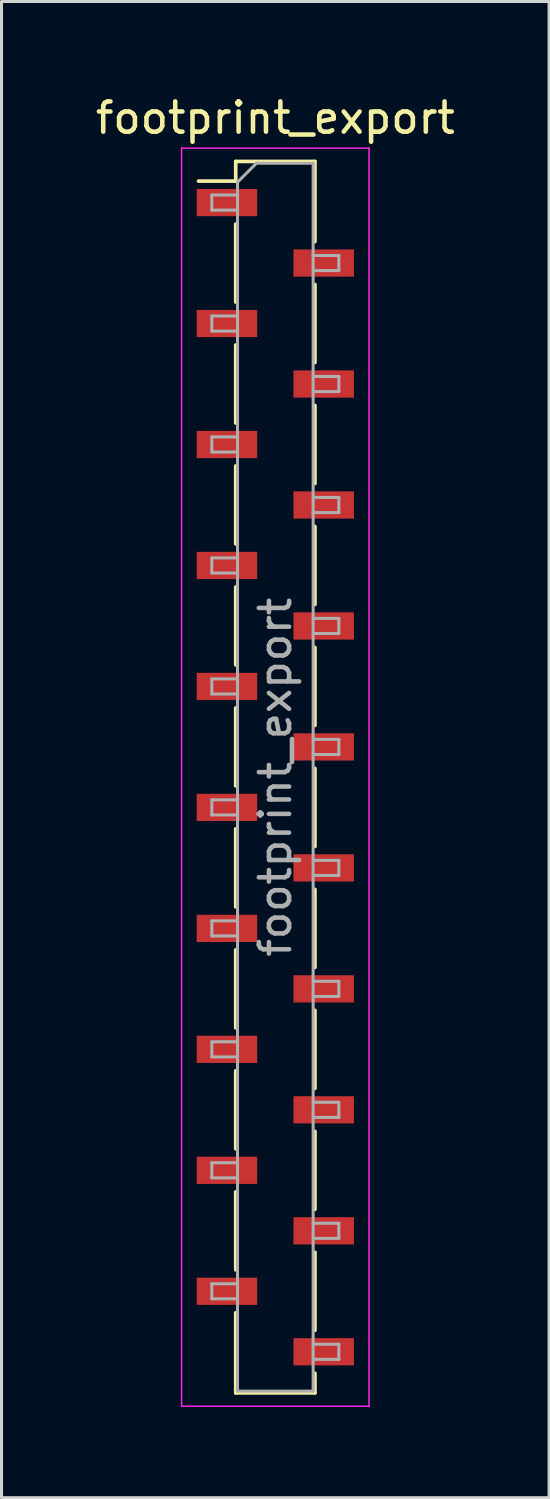
<source format=kicad_pcb>
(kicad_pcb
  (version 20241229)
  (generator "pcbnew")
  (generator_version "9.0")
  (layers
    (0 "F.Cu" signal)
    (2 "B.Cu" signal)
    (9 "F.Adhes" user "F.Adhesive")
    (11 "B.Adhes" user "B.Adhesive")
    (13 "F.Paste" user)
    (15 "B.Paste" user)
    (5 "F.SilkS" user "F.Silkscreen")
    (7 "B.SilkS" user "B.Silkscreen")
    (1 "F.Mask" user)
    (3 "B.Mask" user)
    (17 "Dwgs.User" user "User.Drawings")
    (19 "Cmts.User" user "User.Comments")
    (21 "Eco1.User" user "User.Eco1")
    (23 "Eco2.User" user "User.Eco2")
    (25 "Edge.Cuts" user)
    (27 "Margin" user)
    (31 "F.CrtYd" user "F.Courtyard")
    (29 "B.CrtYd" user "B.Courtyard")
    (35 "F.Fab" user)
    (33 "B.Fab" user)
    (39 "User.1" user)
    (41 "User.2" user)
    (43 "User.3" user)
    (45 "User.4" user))
  (footprint "footprint_export"
    (layer "F.Cu")
    (at 6.054 22.648)
    (property "Reference" "footprint_export" (at 0 -21.8 0) (layer "F.SilkS") (effects (font (size 1 1) (thickness 0.15))))
    (attr smd)
    (fp_line (start -2.54 -19.71) (end -1.31 -19.71) (stroke (width 0.12) (type solid)) (layer "F.SilkS"))
    (fp_line (start -1.31 -20.36) (end -1.31 -19.71) (stroke (width 0.12) (type solid)) (layer "F.SilkS"))
    (fp_line (start -1.31 -20.36) (end 1.31 -20.36) (stroke (width 0.12) (type solid)) (layer "F.SilkS"))
    (fp_line (start -1.31 -18.29) (end -1.31 -15.71) (stroke (width 0.12) (type solid)) (layer "F.SilkS"))
    (fp_line (start -1.31 -14.29) (end -1.31 -11.71) (stroke (width 0.12) (type solid)) (layer "F.SilkS"))
    (fp_line (start -1.31 -10.29) (end -1.31 -7.71) (stroke (width 0.12) (type solid)) (layer "F.SilkS"))
    (fp_line (start -1.31 -6.29) (end -1.31 -3.71) (stroke (width 0.12) (type solid)) (layer "F.SilkS"))
    (fp_line (start -1.31 -2.29) (end -1.31 0.29) (stroke (width 0.12) (type solid)) (layer "F.SilkS"))
    (fp_line (start -1.31 1.71) (end -1.31 4.29) (stroke (width 0.12) (type solid)) (layer "F.SilkS"))
    (fp_line (start -1.31 5.71) (end -1.31 8.29) (stroke (width 0.12) (type solid)) (layer "F.SilkS"))
    (fp_line (start -1.31 9.71) (end -1.31 12.29) (stroke (width 0.12) (type solid)) (layer "F.SilkS"))
    (fp_line (start -1.31 13.71) (end -1.31 16.29) (stroke (width 0.12) (type solid)) (layer "F.SilkS"))
    (fp_line (start -1.31 17.71) (end -1.31 20.36) (stroke (width 0.12) (type solid)) (layer "F.SilkS"))
    (fp_line (start -1.31 20.36) (end 1.31 20.36) (stroke (width 0.12) (type solid)) (layer "F.SilkS"))
    (fp_line (start 1.31 -20.36) (end 1.31 -17.71) (stroke (width 0.12) (type solid)) (layer "F.SilkS"))
    (fp_line (start 1.31 -16.29) (end 1.31 -13.71) (stroke (width 0.12) (type solid)) (layer "F.SilkS"))
    (fp_line (start 1.31 -12.29) (end 1.31 -9.71) (stroke (width 0.12) (type solid)) (layer "F.SilkS"))
    (fp_line (start 1.31 -8.29) (end 1.31 -5.71) (stroke (width 0.12) (type solid)) (layer "F.SilkS"))
    (fp_line (start 1.31 -4.29) (end 1.31 -1.71) (stroke (width 0.12) (type solid)) (layer "F.SilkS"))
    (fp_line (start 1.31 -0.29) (end 1.31 2.29) (stroke (width 0.12) (type solid)) (layer "F.SilkS"))
    (fp_line (start 1.31 3.71) (end 1.31 6.29) (stroke (width 0.12) (type solid)) (layer "F.SilkS"))
    (fp_line (start 1.31 7.71) (end 1.31 10.29) (stroke (width 0.12) (type solid)) (layer "F.SilkS"))
    (fp_line (start 1.31 11.71) (end 1.31 14.29) (stroke (width 0.12) (type solid)) (layer "F.SilkS"))
    (fp_line (start 1.31 15.71) (end 1.31 18.29) (stroke (width 0.12) (type solid)) (layer "F.SilkS"))
    (fp_line (start 1.31 19.71) (end 1.31 20.36) (stroke (width 0.12) (type solid)) (layer "F.SilkS"))
    (fp_line (start -3.1 -20.8) (end 3.1 -20.8) (stroke (width 0.05) (type solid)) (layer "F.CrtYd"))
    (fp_line (start -3.1 20.8) (end -3.1 -20.8) (stroke (width 0.05) (type solid)) (layer "F.CrtYd"))
    (fp_line (start 3.1 -20.8) (end 3.1 20.8) (stroke (width 0.05) (type solid)) (layer "F.CrtYd"))
    (fp_line (start 3.1 20.8) (end -3.1 20.8) (stroke (width 0.05) (type solid)) (layer "F.CrtYd"))
    (fp_line (start -2.1 -19.25) (end -1.25 -19.25) (stroke (width 0.1) (type solid)) (layer "F.Fab"))
    (fp_line (start -2.1 -18.75) (end -2.1 -19.25) (stroke (width 0.1) (type solid)) (layer "F.Fab"))
    (fp_line (start -2.1 -15.25) (end -1.25 -15.25) (stroke (width 0.1) (type solid)) (layer "F.Fab"))
    (fp_line (start -2.1 -14.75) (end -2.1 -15.25) (stroke (width 0.1) (type solid)) (layer "F.Fab"))
    (fp_line (start -2.1 -11.25) (end -1.25 -11.25) (stroke (width 0.1) (type solid)) (layer "F.Fab"))
    (fp_line (start -2.1 -10.75) (end -2.1 -11.25) (stroke (width 0.1) (type solid)) (layer "F.Fab"))
    (fp_line (start -2.1 -7.25) (end -1.25 -7.25) (stroke (width 0.1) (type solid)) (layer "F.Fab"))
    (fp_line (start -2.1 -6.75) (end -2.1 -7.25) (stroke (width 0.1) (type solid)) (layer "F.Fab"))
    (fp_line (start -2.1 -3.25) (end -1.25 -3.25) (stroke (width 0.1) (type solid)) (layer "F.Fab"))
    (fp_line (start -2.1 -2.75) (end -2.1 -3.25) (stroke (width 0.1) (type solid)) (layer "F.Fab"))
    (fp_line (start -2.1 0.75) (end -1.25 0.75) (stroke (width 0.1) (type solid)) (layer "F.Fab"))
    (fp_line (start -2.1 1.25) (end -2.1 0.75) (stroke (width 0.1) (type solid)) (layer "F.Fab"))
    (fp_line (start -2.1 4.75) (end -1.25 4.75) (stroke (width 0.1) (type solid)) (layer "F.Fab"))
    (fp_line (start -2.1 5.25) (end -2.1 4.75) (stroke (width 0.1) (type solid)) (layer "F.Fab"))
    (fp_line (start -2.1 8.75) (end -1.25 8.75) (stroke (width 0.1) (type solid)) (layer "F.Fab"))
    (fp_line (start -2.1 9.25) (end -2.1 8.75) (stroke (width 0.1) (type solid)) (layer "F.Fab"))
    (fp_line (start -2.1 12.75) (end -1.25 12.75) (stroke (width 0.1) (type solid)) (layer "F.Fab"))
    (fp_line (start -2.1 13.25) (end -2.1 12.75) (stroke (width 0.1) (type solid)) (layer "F.Fab"))
    (fp_line (start -2.1 16.75) (end -1.25 16.75) (stroke (width 0.1) (type solid)) (layer "F.Fab"))
    (fp_line (start -2.1 17.25) (end -2.1 16.75) (stroke (width 0.1) (type solid)) (layer "F.Fab"))
    (fp_line (start -1.25 -19.675) (end -0.625 -20.3) (stroke (width 0.1) (type solid)) (layer "F.Fab"))
    (fp_line (start -1.25 -18.75) (end -2.1 -18.75) (stroke (width 0.1) (type solid)) (layer "F.Fab"))
    (fp_line (start -1.25 -14.75) (end -2.1 -14.75) (stroke (width 0.1) (type solid)) (layer "F.Fab"))
    (fp_line (start -1.25 -10.75) (end -2.1 -10.75) (stroke (width 0.1) (type solid)) (layer "F.Fab"))
    (fp_line (start -1.25 -6.75) (end -2.1 -6.75) (stroke (width 0.1) (type solid)) (layer "F.Fab"))
    (fp_line (start -1.25 -2.75) (end -2.1 -2.75) (stroke (width 0.1) (type solid)) (layer "F.Fab"))
    (fp_line (start -1.25 1.25) (end -2.1 1.25) (stroke (width 0.1) (type solid)) (layer "F.Fab"))
    (fp_line (start -1.25 5.25) (end -2.1 5.25) (stroke (width 0.1) (type solid)) (layer "F.Fab"))
    (fp_line (start -1.25 9.25) (end -2.1 9.25) (stroke (width 0.1) (type solid)) (layer "F.Fab"))
    (fp_line (start -1.25 13.25) (end -2.1 13.25) (stroke (width 0.1) (type solid)) (layer "F.Fab"))
    (fp_line (start -1.25 17.25) (end -2.1 17.25) (stroke (width 0.1) (type solid)) (layer "F.Fab"))
    (fp_line (start -1.25 20.3) (end -1.25 -19.675) (stroke (width 0.1) (type solid)) (layer "F.Fab"))
    (fp_line (start -0.625 -20.3) (end 1.25 -20.3) (stroke (width 0.1) (type solid)) (layer "F.Fab"))
    (fp_line (start 1.25 -20.3) (end 1.25 20.3) (stroke (width 0.1) (type solid)) (layer "F.Fab"))
    (fp_line (start 1.25 -17.25) (end 2.1 -17.25) (stroke (width 0.1) (type solid)) (layer "F.Fab"))
    (fp_line (start 1.25 -13.25) (end 2.1 -13.25) (stroke (width 0.1) (type solid)) (layer "F.Fab"))
    (fp_line (start 1.25 -9.25) (end 2.1 -9.25) (stroke (width 0.1) (type solid)) (layer "F.Fab"))
    (fp_line (start 1.25 -5.25) (end 2.1 -5.25) (stroke (width 0.1) (type solid)) (layer "F.Fab"))
    (fp_line (start 1.25 -1.25) (end 2.1 -1.25) (stroke (width 0.1) (type solid)) (layer "F.Fab"))
    (fp_line (start 1.25 2.75) (end 2.1 2.75) (stroke (width 0.1) (type solid)) (layer "F.Fab"))
    (fp_line (start 1.25 6.75) (end 2.1 6.75) (stroke (width 0.1) (type solid)) (layer "F.Fab"))
    (fp_line (start 1.25 10.75) (end 2.1 10.75) (stroke (width 0.1) (type solid)) (layer "F.Fab"))
    (fp_line (start 1.25 14.75) (end 2.1 14.75) (stroke (width 0.1) (type solid)) (layer "F.Fab"))
    (fp_line (start 1.25 18.75) (end 2.1 18.75) (stroke (width 0.1) (type solid)) (layer "F.Fab"))
    (fp_line (start 1.25 20.3) (end -1.25 20.3) (stroke (width 0.1) (type solid)) (layer "F.Fab"))
    (fp_line (start 2.1 -17.25) (end 2.1 -16.75) (stroke (width 0.1) (type solid)) (layer "F.Fab"))
    (fp_line (start 2.1 -16.75) (end 1.25 -16.75) (stroke (width 0.1) (type solid)) (layer "F.Fab"))
    (fp_line (start 2.1 -13.25) (end 2.1 -12.75) (stroke (width 0.1) (type solid)) (layer "F.Fab"))
    (fp_line (start 2.1 -12.75) (end 1.25 -12.75) (stroke (width 0.1) (type solid)) (layer "F.Fab"))
    (fp_line (start 2.1 -9.25) (end 2.1 -8.75) (stroke (width 0.1) (type solid)) (layer "F.Fab"))
    (fp_line (start 2.1 -8.75) (end 1.25 -8.75) (stroke (width 0.1) (type solid)) (layer "F.Fab"))
    (fp_line (start 2.1 -5.25) (end 2.1 -4.75) (stroke (width 0.1) (type solid)) (layer "F.Fab"))
    (fp_line (start 2.1 -4.75) (end 1.25 -4.75) (stroke (width 0.1) (type solid)) (layer "F.Fab"))
    (fp_line (start 2.1 -1.25) (end 2.1 -0.75) (stroke (width 0.1) (type solid)) (layer "F.Fab"))
    (fp_line (start 2.1 -0.75) (end 1.25 -0.75) (stroke (width 0.1) (type solid)) (layer "F.Fab"))
    (fp_line (start 2.1 2.75) (end 2.1 3.25) (stroke (width 0.1) (type solid)) (layer "F.Fab"))
    (fp_line (start 2.1 3.25) (end 1.25 3.25) (stroke (width 0.1) (type solid)) (layer "F.Fab"))
    (fp_line (start 2.1 6.75) (end 2.1 7.25) (stroke (width 0.1) (type solid)) (layer "F.Fab"))
    (fp_line (start 2.1 7.25) (end 1.25 7.25) (stroke (width 0.1) (type solid)) (layer "F.Fab"))
    (fp_line (start 2.1 10.75) (end 2.1 11.25) (stroke (width 0.1) (type solid)) (layer "F.Fab"))
    (fp_line (start 2.1 11.25) (end 1.25 11.25) (stroke (width 0.1) (type solid)) (layer "F.Fab"))
    (fp_line (start 2.1 14.75) (end 2.1 15.25) (stroke (width 0.1) (type solid)) (layer "F.Fab"))
    (fp_line (start 2.1 15.25) (end 1.25 15.25) (stroke (width 0.1) (type solid)) (layer "F.Fab"))
    (fp_line (start 2.1 18.75) (end 2.1 19.25) (stroke (width 0.1) (type solid)) (layer "F.Fab"))
    (fp_line (start 2.1 19.25) (end 1.25 19.25) (stroke (width 0.1) (type solid)) (layer "F.Fab"))
    (fp_text user "${REFERENCE}" (at 0 0 90) (layer "F.Fab") (effects (font (size 1 1) (thickness 0.15))))
    (pad "1" smd rect (at -1.6 -19) (size 2 0.9) (layers "F.Cu" "F.Mask" "F.Paste"))
    (pad "2" smd rect (at 1.6 -17) (size 2 0.9) (layers "F.Cu" "F.Mask" "F.Paste"))
    (pad "3" smd rect (at -1.6 -15) (size 2 0.9) (layers "F.Cu" "F.Mask" "F.Paste"))
    (pad "4" smd rect (at 1.6 -13) (size 2 0.9) (layers "F.Cu" "F.Mask" "F.Paste"))
    (pad "5" smd rect (at -1.6 -11) (size 2 0.9) (layers "F.Cu" "F.Mask" "F.Paste"))
    (pad "6" smd rect (at 1.6 -9) (size 2 0.9) (layers "F.Cu" "F.Mask" "F.Paste"))
    (pad "7" smd rect (at -1.6 -7) (size 2 0.9) (layers "F.Cu" "F.Mask" "F.Paste"))
    (pad "8" smd rect (at 1.6 -5) (size 2 0.9) (layers "F.Cu" "F.Mask" "F.Paste"))
    (pad "9" smd rect (at -1.6 -3) (size 2 0.9) (layers "F.Cu" "F.Mask" "F.Paste"))
    (pad "10" smd rect (at 1.6 -1) (size 2 0.9) (layers "F.Cu" "F.Mask" "F.Paste"))
    (pad "11" smd rect (at -1.6 1) (size 2 0.9) (layers "F.Cu" "F.Mask" "F.Paste"))
    (pad "12" smd rect (at 1.6 3) (size 2 0.9) (layers "F.Cu" "F.Mask" "F.Paste"))
    (pad "13" smd rect (at -1.6 5) (size 2 0.9) (layers "F.Cu" "F.Mask" "F.Paste"))
    (pad "14" smd rect (at 1.6 7) (size 2 0.9) (layers "F.Cu" "F.Mask" "F.Paste"))
    (pad "15" smd rect (at -1.6 9) (size 2 0.9) (layers "F.Cu" "F.Mask" "F.Paste"))
    (pad "16" smd rect (at 1.6 11) (size 2 0.9) (layers "F.Cu" "F.Mask" "F.Paste"))
    (pad "17" smd rect (at -1.6 13) (size 2 0.9) (layers "F.Cu" "F.Mask" "F.Paste"))
    (pad "18" smd rect (at 1.6 15) (size 2 0.9) (layers "F.Cu" "F.Mask" "F.Paste"))
    (pad "19" smd rect (at -1.6 17) (size 2 0.9) (layers "F.Cu" "F.Mask" "F.Paste"))
    (pad "20" smd rect (at 1.6 19) (size 2 0.9) (layers "F.Cu" "F.Mask" "F.Paste")))
  (gr_rect
    (start -3 -3)
    (end 15.107 46.473)
    (stroke (width 0.1) (type default))
    (fill no)
    (layer "Edge.Cuts")))
</source>
